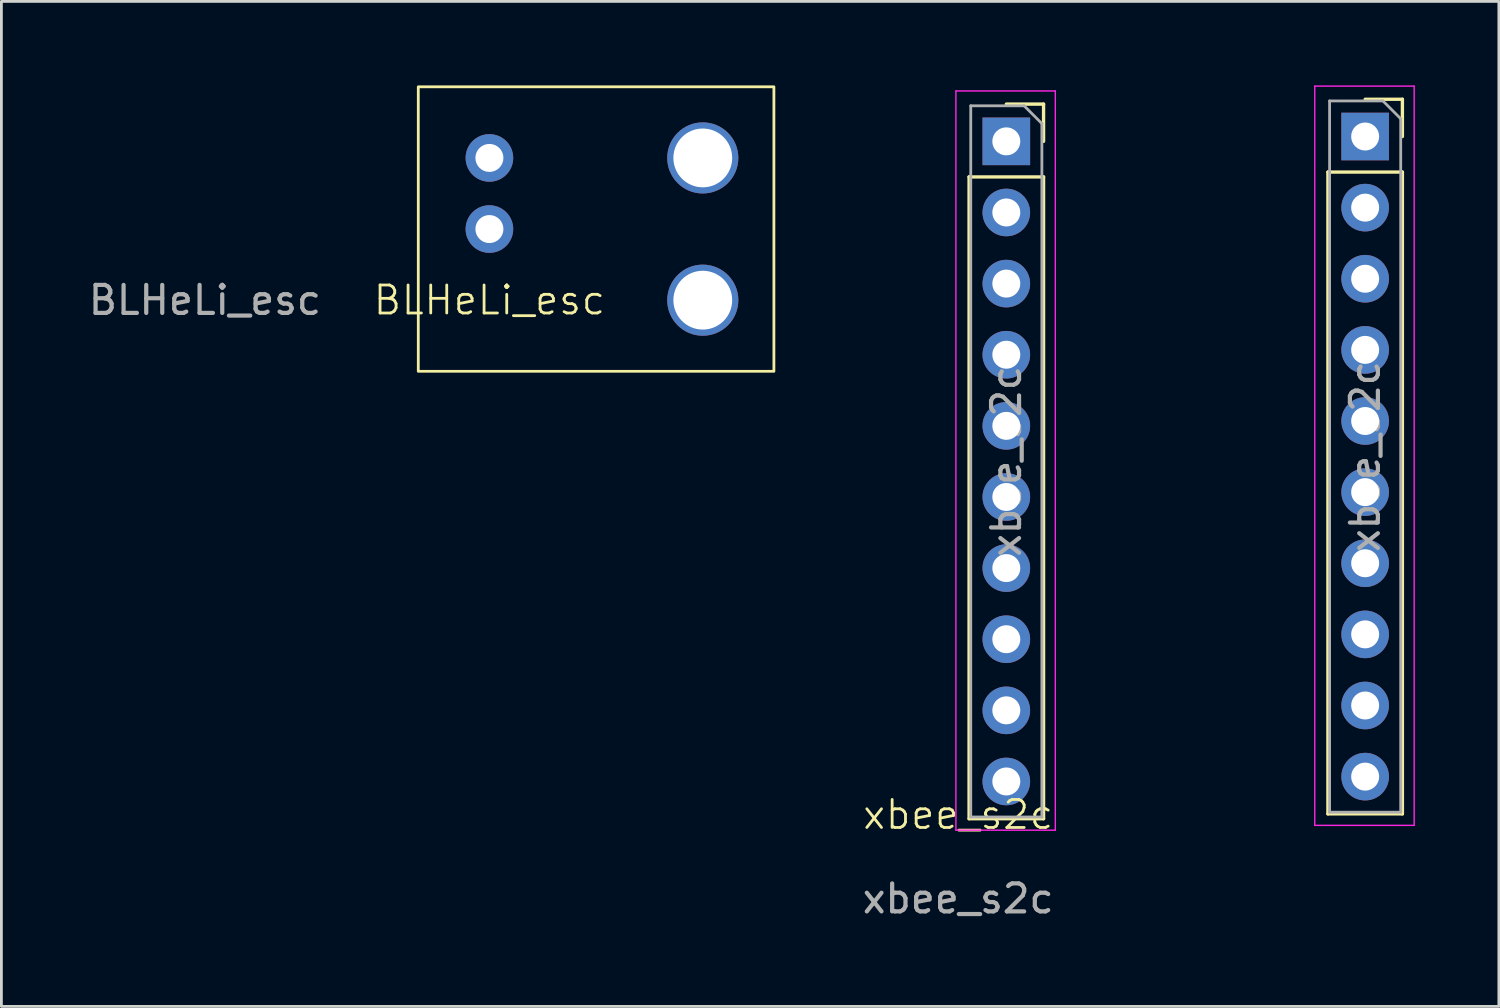
<source format=kicad_pcb>
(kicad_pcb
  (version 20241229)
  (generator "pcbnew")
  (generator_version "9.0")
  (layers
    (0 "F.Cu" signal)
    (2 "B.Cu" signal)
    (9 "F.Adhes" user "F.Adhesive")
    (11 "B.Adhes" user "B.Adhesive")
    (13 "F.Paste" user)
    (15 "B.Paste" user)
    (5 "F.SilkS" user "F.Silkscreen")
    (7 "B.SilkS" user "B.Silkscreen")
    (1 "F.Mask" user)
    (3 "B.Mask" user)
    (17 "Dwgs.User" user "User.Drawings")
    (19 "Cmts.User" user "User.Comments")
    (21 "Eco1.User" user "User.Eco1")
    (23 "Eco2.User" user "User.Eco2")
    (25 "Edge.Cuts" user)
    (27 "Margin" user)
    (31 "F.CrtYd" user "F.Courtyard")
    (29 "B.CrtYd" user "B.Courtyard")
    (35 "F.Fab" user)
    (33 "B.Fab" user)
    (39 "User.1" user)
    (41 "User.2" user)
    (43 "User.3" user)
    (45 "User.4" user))
  (footprint "xbee_s2c"
    (layer "F.Cu")
    (at 31.168 26.543)
    (property "Reference" "xbee_s2c" (at 0 -0.5 0) (unlocked yes) (layer "F.SilkS") (effects (font (size 1 1) (thickness 0.1))))
    (attr smd)
    (fp_line (start 0.39 -23.275) (end 0.39 -0.355) (stroke (width 0.12) (type solid)) (layer "F.SilkS"))
    (fp_line (start 0.39 -23.275) (end 3.05 -23.275) (stroke (width 0.12) (type solid)) (layer "F.SilkS"))
    (fp_line (start 0.39 -0.355) (end 3.05 -0.355) (stroke (width 0.12) (type solid)) (layer "F.SilkS"))
    (fp_line (start 1.72 -25.875) (end 3.05 -25.875) (stroke (width 0.12) (type solid)) (layer "F.SilkS"))
    (fp_line (start 3.05 -25.875) (end 3.05 -24.545) (stroke (width 0.12) (type solid)) (layer "F.SilkS"))
    (fp_line (start 3.05 -23.275) (end 3.05 -0.355) (stroke (width 0.12) (type solid)) (layer "F.SilkS"))
    (fp_line (start 13.205 -23.448) (end 13.205 -0.528) (stroke (width 0.12) (type solid)) (layer "F.SilkS"))
    (fp_line (start 13.205 -23.448) (end 15.865 -23.448) (stroke (width 0.12) (type solid)) (layer "F.SilkS"))
    (fp_line (start 13.205 -0.528) (end 15.865 -0.528) (stroke (width 0.12) (type solid)) (layer "F.SilkS"))
    (fp_line (start 14.535 -26.048) (end 15.865 -26.048) (stroke (width 0.12) (type solid)) (layer "F.SilkS"))
    (fp_line (start 15.865 -26.048) (end 15.865 -24.718) (stroke (width 0.12) (type solid)) (layer "F.SilkS"))
    (fp_line (start 15.865 -23.448) (end 15.865 -0.528) (stroke (width 0.12) (type solid)) (layer "F.SilkS"))
    (fp_line (start -0.08 -26.345) (end 3.47 -26.345) (stroke (width 0.05) (type solid)) (layer "F.CrtYd"))
    (fp_line (start -0.08 0.055) (end -0.08 -26.345) (stroke (width 0.05) (type solid)) (layer "F.CrtYd"))
    (fp_line (start 3.47 -26.345) (end 3.47 0.055) (stroke (width 0.05) (type solid)) (layer "F.CrtYd"))
    (fp_line (start 3.47 0.055) (end -0.08 0.055) (stroke (width 0.05) (type solid)) (layer "F.CrtYd"))
    (fp_line (start 12.735 -26.518) (end 16.285 -26.518) (stroke (width 0.05) (type solid)) (layer "F.CrtYd"))
    (fp_line (start 12.735 -0.118) (end 12.735 -26.518) (stroke (width 0.05) (type solid)) (layer "F.CrtYd"))
    (fp_line (start 16.285 -26.518) (end 16.285 -0.118) (stroke (width 0.05) (type solid)) (layer "F.CrtYd"))
    (fp_line (start 16.285 -0.118) (end 12.735 -0.118) (stroke (width 0.05) (type solid)) (layer "F.CrtYd"))
    (fp_line (start 0.45 -25.815) (end 2.355 -25.815) (stroke (width 0.1) (type solid)) (layer "F.Fab"))
    (fp_line (start 0.45 -0.415) (end 0.45 -25.815) (stroke (width 0.1) (type solid)) (layer "F.Fab"))
    (fp_line (start 2.355 -25.815) (end 2.99 -25.18) (stroke (width 0.1) (type solid)) (layer "F.Fab"))
    (fp_line (start 2.99 -25.18) (end 2.99 -0.415) (stroke (width 0.1) (type solid)) (layer "F.Fab"))
    (fp_line (start 2.99 -0.415) (end 0.45 -0.415) (stroke (width 0.1) (type solid)) (layer "F.Fab"))
    (fp_line (start 13.265 -25.988) (end 15.17 -25.988) (stroke (width 0.1) (type solid)) (layer "F.Fab"))
    (fp_line (start 13.265 -0.588) (end 13.265 -25.988) (stroke (width 0.1) (type solid)) (layer "F.Fab"))
    (fp_line (start 15.17 -25.988) (end 15.805 -25.353) (stroke (width 0.1) (type solid)) (layer "F.Fab"))
    (fp_line (start 15.805 -25.353) (end 15.805 -0.588) (stroke (width 0.1) (type solid)) (layer "F.Fab"))
    (fp_line (start 15.805 -0.588) (end 13.265 -0.588) (stroke (width 0.1) (type solid)) (layer "F.Fab"))
    (fp_text user "${REFERENCE}" (at 1.72 -13.115 90) (layer "F.Fab") (effects (font (size 1 1) (thickness 0.15))))
    (fp_text user "${REFERENCE}" (at 0 2.5 0) (unlocked yes) (layer "F.Fab") (effects (font (size 1 1) (thickness 0.15))))
    (fp_text user "${REFERENCE}" (at 14.535 -13.288 90) (layer "F.Fab") (effects (font (size 1 1) (thickness 0.15))))
    (pad "1" thru_hole circle (at 1.72 -16.925) (size 1.7 1.7) (drill 1) (layers "*.Cu" "*.Mask"))
    (pad "2" thru_hole rect (at 1.72 -24.545) (size 1.7 1.7) (drill 1) (layers "*.Cu" "*.Mask"))
    (pad "3" thru_hole circle (at 1.72 -22.005) (size 1.7 1.7) (drill 1) (layers "*.Cu" "*.Mask"))
    (pad "4" thru_hole circle (at 1.72 -19.465) (size 1.7 1.7) (drill 1) (layers "*.Cu" "*.Mask"))
    (pad "6" thru_hole rect (at 14.535 -24.718) (size 1.7 1.7) (drill 1) (layers "*.Cu" "*.Mask"))
    (pad "7" thru_hole circle (at 1.72 -11.845) (size 1.7 1.7) (drill 1) (layers "*.Cu" "*.Mask"))
    (pad "8" thru_hole circle (at 1.72 -9.305) (size 1.7 1.7) (drill 1) (layers "*.Cu" "*.Mask"))
    (pad "9" thru_hole circle (at 1.72 -6.765) (size 1.7 1.7) (drill 1) (layers "*.Cu" "*.Mask"))
    (pad "10" thru_hole circle (at 1.72 -4.225) (size 1.7 1.7) (drill 1) (layers "*.Cu" "*.Mask"))
    (pad "11" thru_hole circle (at 1.72 -14.385) (size 1.7 1.7) (drill 1) (layers "*.Cu" "*.Mask"))
    (pad "23" thru_hole circle (at 14.535 -12.018) (size 1.7 1.7) (drill 1) (layers "*.Cu" "*.Mask"))
    (pad "24" thru_hole circle (at 14.535 -4.398) (size 1.7 1.7) (drill 1) (layers "*.Cu" "*.Mask"))
    (pad "25" thru_hole circle (at 14.535 -1.858) (size 1.7 1.7) (drill 1) (layers "*.Cu" "*.Mask"))
    (pad "26" thru_hole circle (at 14.535 -9.478) (size 1.7 1.7) (drill 1) (layers "*.Cu" "*.Mask"))
    (pad "27" thru_hole circle (at 14.535 -6.938) (size 1.7 1.7) (drill 1) (layers "*.Cu" "*.Mask"))
    (pad "28" thru_hole circle (at 14.535 -14.558) (size 1.7 1.7) (drill 1) (layers "*.Cu" "*.Mask"))
    (pad "29" thru_hole circle (at 14.535 -17.098) (size 1.7 1.7) (drill 1) (layers "*.Cu" "*.Mask"))
    (pad "30" thru_hole circle (at 14.535 -19.638) (size 1.7 1.7) (drill 1) (layers "*.Cu" "*.Mask"))
    (pad "31" thru_hole circle (at 14.535 -22.178) (size 1.7 1.7) (drill 1) (layers "*.Cu" "*.Mask"))
    (pad "34" thru_hole circle (at 1.72 -1.685) (size 1.7 1.7) (drill 1) (layers "*.Cu" "*.Mask")))
  (footprint "BLHeLi_esc"
    (layer "F.Cu")
    (at 1.728 7.67)
    (property "Reference" "BLHeLi_esc" (at 12.7 0 0) (unlocked yes) (layer "F.SilkS") (effects (font (size 1 1) (thickness 0.1))))
    (attr smd)
    (fp_rect (start 10.16 -7.62) (end 22.86 2.54) (stroke (width 0.1) (type default)) (fill no) (layer "F.SilkS"))
    (fp_text user "${REFERENCE}" (at 2.54 0 0) (unlocked yes) (layer "F.Fab") (effects (font (size 1 1) (thickness 0.15))))
    (pad "1" thru_hole circle (at 20.32 -5.08) (size 2.54 2.54) (drill 2.1) (layers "*.Cu" "*.Mask"))
    (pad "2" thru_hole circle (at 20.32 0) (size 2.54 2.54) (drill 2.1) (layers "*.Cu" "*.Mask"))
    (pad "3" thru_hole circle (at 12.7 -5.08) (size 1.7 1.7) (drill 1) (layers "*.Cu" "*.Mask"))
    (pad "4" thru_hole circle (at 12.7 -2.54) (size 1.7 1.7) (drill 1) (layers "*.Cu" "*.Mask")))
  (gr_rect
    (start -3 -3)
    (end 50.478 32.891)
    (stroke (width 0.1) (type default))
    (fill no)
    (layer "Edge.Cuts")))
</source>
